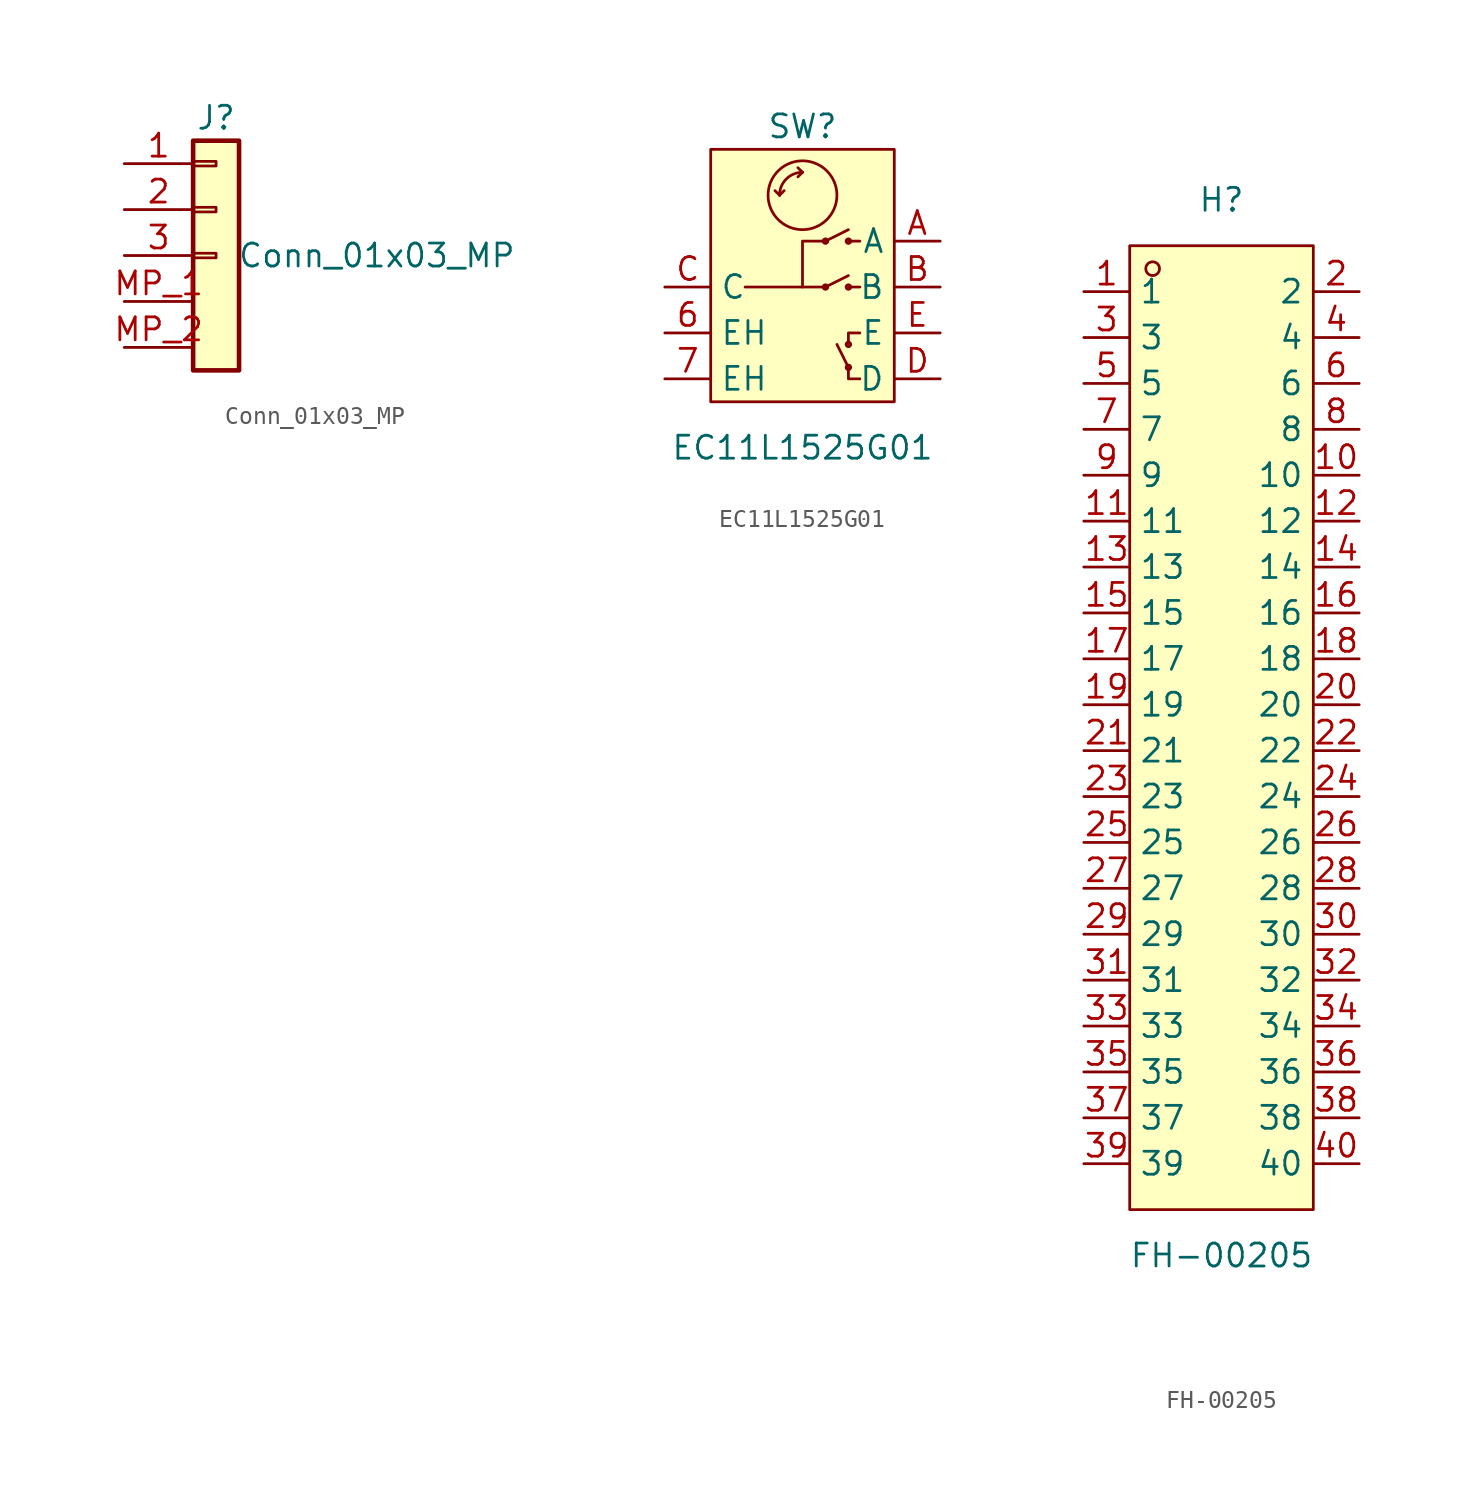
<source format=kicad_sym>
(kicad_symbol_lib
  (version 20231120)
  (generator "kicad_symbol_editor")
  (generator_version "8.0")
  (symbol "Conn_01x03_MP"
    (pin_names
      (offset 1.016) hide)
    (property "Reference" "J"
      (at 0 5.08 0)
      (effects (font (size 1.27 1.27))))
    (property "Value" "Conn_01x03_MP"
      (at 8.89 -2.54 0)
      (effects (font (size 1.27 1.27))))
    (symbol "Conn_01x03_MP_1_1"
      (rectangle (start -1.27 -2.413) (end 0 -2.667) (stroke (width 0.152) (type default)) (fill (type none)))
      (rectangle (start -1.27 0.127) (end 0 -0.127) (stroke (width 0.152) (type default)) (fill (type none)))
      (rectangle (start -1.27 2.667) (end 0 2.413) (stroke (width 0.152) (type default)) (fill (type none)))
      (rectangle (start -1.27 3.81) (end 1.27 -8.89) (stroke (width 0.254) (type default)) (fill (type background)))
      (pin passive line (at -5.08 2.54 0) (length 3.81) (name "Pin_1" (effects (font (size 1.27 1.27)))) (number "1" (effects (font (size 1.27 1.27)))))
      (pin passive line (at -5.08 0 0) (length 3.81) (name "Pin_2" (effects (font (size 1.27 1.27)))) (number "2" (effects (font (size 1.27 1.27)))))
      (pin passive line (at -5.08 -2.54 0) (length 3.81) (name "Pin_3" (effects (font (size 1.27 1.27)))) (number "3" (effects (font (size 1.27 1.27)))))
      (pin passive line (at -5.08 -5.08 0) (length 3.81) (name "" (effects (font (size 1.27 1.27)))) (number "MP_1" (effects (font (size 1.27 1.27)))))
      (pin passive line (at -5.08 -7.62 0) (length 3.81) (name "" (effects (font (size 1.27 1.27)))) (number "MP_2" (effects (font (size 1.27 1.27)))))))
  (symbol "EC11L1525G01"
    (property "Reference" "SW"
      (at 0 5.08 0)
      (effects (font (size 1.27 1.27))))
    (property "Value" "EC11L1525G01"
      (at 0 -12.7 0)
      (effects (font (size 1.27 1.27))))
    (symbol "EC11L1525G01_0_1"
      (rectangle (start -5.08 3.81) (end 5.08 -10.16) (stroke (width 0) (type default)) (fill (type background)))
      (polyline (pts (xy -1.27 1.27) (xy -1.524 1.524)) (stroke (width 0) (type default)) (fill (type none)))
      (polyline (pts (xy -1.27 1.27) (xy -1.016 1.524)) (stroke (width 0) (type default)) (fill (type none)))
      (polyline (pts (xy -0.254 2.286) (xy 0 2.54)) (stroke (width 0) (type default)) (fill (type none)))
      (polyline (pts (xy 0 -3.81) (xy -3.175 -3.81)) (stroke (width 0) (type default)) (fill (type none)))
      (polyline (pts (xy 0 2.54) (xy -0.254 2.794)) (stroke (width 0) (type default)) (fill (type none)))
      (polyline (pts (xy 1.27 -3.81) (xy 2.54 -3.175)) (stroke (width 0) (type default)) (fill (type none)))
      (polyline (pts (xy 2.54 -8.255) (xy 1.905 -6.985)) (stroke (width 0) (type default)) (fill (type none)))
      (polyline (pts (xy 2.54 -3.81) (xy 3.175 -3.81)) (stroke (width 0) (type default)) (fill (type none)))
      (polyline (pts (xy 3.175 -1.27) (xy 2.54 -1.27)) (stroke (width 0) (type default)) (fill (type none)))
      (polyline (pts (xy 2.54 -6.985) (xy 2.54 -6.35) (xy 3.175 -6.35)) (stroke (width 0) (type default)) (fill (type none)))
      (polyline (pts (xy 3.175 -8.89) (xy 2.54 -8.89) (xy 2.54 -8.255)) (stroke (width 0) (type default)) (fill (type none)))
      (polyline (pts (xy 2.54 -0.635) (xy 1.27 -1.27) (xy 0 -1.27) (xy 0 -3.81) (xy 1.27 -3.81)) (stroke (width 0) (type default)) (fill (type none)))
      (circle (center 0 1.27) (radius 1.905) (stroke (width 0) (type default)) (fill (type none)))
      (arc (start 0 2.54) (mid -0.898 2.168) (end -1.27 1.27) (stroke (width 0) (type default)) (fill (type none)))
      (circle (center 1.27 -3.81) (radius 0.127) (stroke (width 0) (type default)) (fill (type none)))
      (circle (center 1.27 -1.27) (radius 0.127) (stroke (width 0) (type default)) (fill (type none)))
      (circle (center 2.54 -8.255) (radius 0.127) (stroke (width 0) (type default)) (fill (type none)))
      (circle (center 2.54 -6.985) (radius 0.127) (stroke (width 0) (type default)) (fill (type none)))
      (circle (center 2.54 -3.81) (radius 0.127) (stroke (width 0) (type default)) (fill (type none)))
      (circle (center 2.54 -1.27) (radius 0.127) (stroke (width 0) (type default)) (fill (type none)))
      (pin unspecified line (at -7.62 -6.35 0) (length 2.54) (name "EH" (effects (font (size 1.27 1.27)))) (number "6" (effects (font (size 1.27 1.27)))))
      (pin unspecified line (at -7.62 -8.89 0) (length 2.54) (name "EH" (effects (font (size 1.27 1.27)))) (number "7" (effects (font (size 1.27 1.27)))))
      (pin unspecified line (at 7.62 -1.27 180) (length 2.54) (name "A" (effects (font (size 1.27 1.27)))) (number "A" (effects (font (size 1.27 1.27)))))
      (pin unspecified line (at 7.62 -3.81 180) (length 2.54) (name "B" (effects (font (size 1.27 1.27)))) (number "B" (effects (font (size 1.27 1.27)))))
      (pin unspecified line (at -7.62 -3.81 0) (length 2.54) (name "C" (effects (font (size 1.27 1.27)))) (number "C" (effects (font (size 1.27 1.27)))))
      (pin unspecified line (at 7.62 -8.89 180) (length 2.54) (name "D" (effects (font (size 1.27 1.27)))) (number "D" (effects (font (size 1.27 1.27)))))
      (pin unspecified line (at 7.62 -6.35 180) (length 2.54) (name "E" (effects (font (size 1.27 1.27)))) (number "E" (effects (font (size 1.27 1.27)))))))
  (symbol "FH-00205"
    (property "Reference" "H"
      (at 0 29.21 0)
      (effects (font (size 1.27 1.27))))
    (property "Value" "FH-00205"
      (at 0 -29.21 0)
      (effects (font (size 1.27 1.27))))
    (symbol "FH-00205_0_1"
      (rectangle (start -5.08 26.67) (end 5.08 -26.67) (stroke (width 0) (type default)) (fill (type background)))
      (circle (center -3.81 25.4) (radius 0.38) (stroke (width 0) (type default)) (fill (type none)))
      (pin unspecified line (at -7.62 24.13 0) (length 2.54) (name "1" (effects (font (size 1.27 1.27)))) (number "1" (effects (font (size 1.27 1.27)))))
      (pin unspecified line (at 7.62 13.97 180) (length 2.54) (name "10" (effects (font (size 1.27 1.27)))) (number "10" (effects (font (size 1.27 1.27)))))
      (pin unspecified line (at -7.62 11.43 0) (length 2.54) (name "11" (effects (font (size 1.27 1.27)))) (number "11" (effects (font (size 1.27 1.27)))))
      (pin unspecified line (at 7.62 11.43 180) (length 2.54) (name "12" (effects (font (size 1.27 1.27)))) (number "12" (effects (font (size 1.27 1.27)))))
      (pin unspecified line (at -7.62 8.89 0) (length 2.54) (name "13" (effects (font (size 1.27 1.27)))) (number "13" (effects (font (size 1.27 1.27)))))
      (pin unspecified line (at 7.62 8.89 180) (length 2.54) (name "14" (effects (font (size 1.27 1.27)))) (number "14" (effects (font (size 1.27 1.27)))))
      (pin unspecified line (at -7.62 6.35 0) (length 2.54) (name "15" (effects (font (size 1.27 1.27)))) (number "15" (effects (font (size 1.27 1.27)))))
      (pin unspecified line (at 7.62 6.35 180) (length 2.54) (name "16" (effects (font (size 1.27 1.27)))) (number "16" (effects (font (size 1.27 1.27)))))
      (pin unspecified line (at -7.62 3.81 0) (length 2.54) (name "17" (effects (font (size 1.27 1.27)))) (number "17" (effects (font (size 1.27 1.27)))))
      (pin unspecified line (at 7.62 3.81 180) (length 2.54) (name "18" (effects (font (size 1.27 1.27)))) (number "18" (effects (font (size 1.27 1.27)))))
      (pin unspecified line (at -7.62 1.27 0) (length 2.54) (name "19" (effects (font (size 1.27 1.27)))) (number "19" (effects (font (size 1.27 1.27)))))
      (pin unspecified line (at 7.62 24.13 180) (length 2.54) (name "2" (effects (font (size 1.27 1.27)))) (number "2" (effects (font (size 1.27 1.27)))))
      (pin unspecified line (at 7.62 1.27 180) (length 2.54) (name "20" (effects (font (size 1.27 1.27)))) (number "20" (effects (font (size 1.27 1.27)))))
      (pin unspecified line (at -7.62 -1.27 0) (length 2.54) (name "21" (effects (font (size 1.27 1.27)))) (number "21" (effects (font (size 1.27 1.27)))))
      (pin unspecified line (at 7.62 -1.27 180) (length 2.54) (name "22" (effects (font (size 1.27 1.27)))) (number "22" (effects (font (size 1.27 1.27)))))
      (pin unspecified line (at -7.62 -3.81 0) (length 2.54) (name "23" (effects (font (size 1.27 1.27)))) (number "23" (effects (font (size 1.27 1.27)))))
      (pin unspecified line (at 7.62 -3.81 180) (length 2.54) (name "24" (effects (font (size 1.27 1.27)))) (number "24" (effects (font (size 1.27 1.27)))))
      (pin unspecified line (at -7.62 -6.35 0) (length 2.54) (name "25" (effects (font (size 1.27 1.27)))) (number "25" (effects (font (size 1.27 1.27)))))
      (pin unspecified line (at 7.62 -6.35 180) (length 2.54) (name "26" (effects (font (size 1.27 1.27)))) (number "26" (effects (font (size 1.27 1.27)))))
      (pin unspecified line (at -7.62 -8.89 0) (length 2.54) (name "27" (effects (font (size 1.27 1.27)))) (number "27" (effects (font (size 1.27 1.27)))))
      (pin unspecified line (at 7.62 -8.89 180) (length 2.54) (name "28" (effects (font (size 1.27 1.27)))) (number "28" (effects (font (size 1.27 1.27)))))
      (pin unspecified line (at -7.62 -11.43 0) (length 2.54) (name "29" (effects (font (size 1.27 1.27)))) (number "29" (effects (font (size 1.27 1.27)))))
      (pin unspecified line (at -7.62 21.59 0) (length 2.54) (name "3" (effects (font (size 1.27 1.27)))) (number "3" (effects (font (size 1.27 1.27)))))
      (pin unspecified line (at 7.62 -11.43 180) (length 2.54) (name "30" (effects (font (size 1.27 1.27)))) (number "30" (effects (font (size 1.27 1.27)))))
      (pin unspecified line (at -7.62 -13.97 0) (length 2.54) (name "31" (effects (font (size 1.27 1.27)))) (number "31" (effects (font (size 1.27 1.27)))))
      (pin unspecified line (at 7.62 -13.97 180) (length 2.54) (name "32" (effects (font (size 1.27 1.27)))) (number "32" (effects (font (size 1.27 1.27)))))
      (pin unspecified line (at -7.62 -16.51 0) (length 2.54) (name "33" (effects (font (size 1.27 1.27)))) (number "33" (effects (font (size 1.27 1.27)))))
      (pin unspecified line (at 7.62 -16.51 180) (length 2.54) (name "34" (effects (font (size 1.27 1.27)))) (number "34" (effects (font (size 1.27 1.27)))))
      (pin unspecified line (at -7.62 -19.05 0) (length 2.54) (name "35" (effects (font (size 1.27 1.27)))) (number "35" (effects (font (size 1.27 1.27)))))
      (pin unspecified line (at 7.62 -19.05 180) (length 2.54) (name "36" (effects (font (size 1.27 1.27)))) (number "36" (effects (font (size 1.27 1.27)))))
      (pin unspecified line (at -7.62 -21.59 0) (length 2.54) (name "37" (effects (font (size 1.27 1.27)))) (number "37" (effects (font (size 1.27 1.27)))))
      (pin unspecified line (at 7.62 -21.59 180) (length 2.54) (name "38" (effects (font (size 1.27 1.27)))) (number "38" (effects (font (size 1.27 1.27)))))
      (pin unspecified line (at -7.62 -24.13 0) (length 2.54) (name "39" (effects (font (size 1.27 1.27)))) (number "39" (effects (font (size 1.27 1.27)))))
      (pin unspecified line (at 7.62 21.59 180) (length 2.54) (name "4" (effects (font (size 1.27 1.27)))) (number "4" (effects (font (size 1.27 1.27)))))
      (pin unspecified line (at 7.62 -24.13 180) (length 2.54) (name "40" (effects (font (size 1.27 1.27)))) (number "40" (effects (font (size 1.27 1.27)))))
      (pin unspecified line (at -7.62 19.05 0) (length 2.54) (name "5" (effects (font (size 1.27 1.27)))) (number "5" (effects (font (size 1.27 1.27)))))
      (pin unspecified line (at 7.62 19.05 180) (length 2.54) (name "6" (effects (font (size 1.27 1.27)))) (number "6" (effects (font (size 1.27 1.27)))))
      (pin unspecified line (at -7.62 16.51 0) (length 2.54) (name "7" (effects (font (size 1.27 1.27)))) (number "7" (effects (font (size 1.27 1.27)))))
      (pin unspecified line (at 7.62 16.51 180) (length 2.54) (name "8" (effects (font (size 1.27 1.27)))) (number "8" (effects (font (size 1.27 1.27)))))
      (pin unspecified line (at -7.62 13.97 0) (length 2.54) (name "9" (effects (font (size 1.27 1.27)))) (number "9" (effects (font (size 1.27 1.27))))))))
</source>
